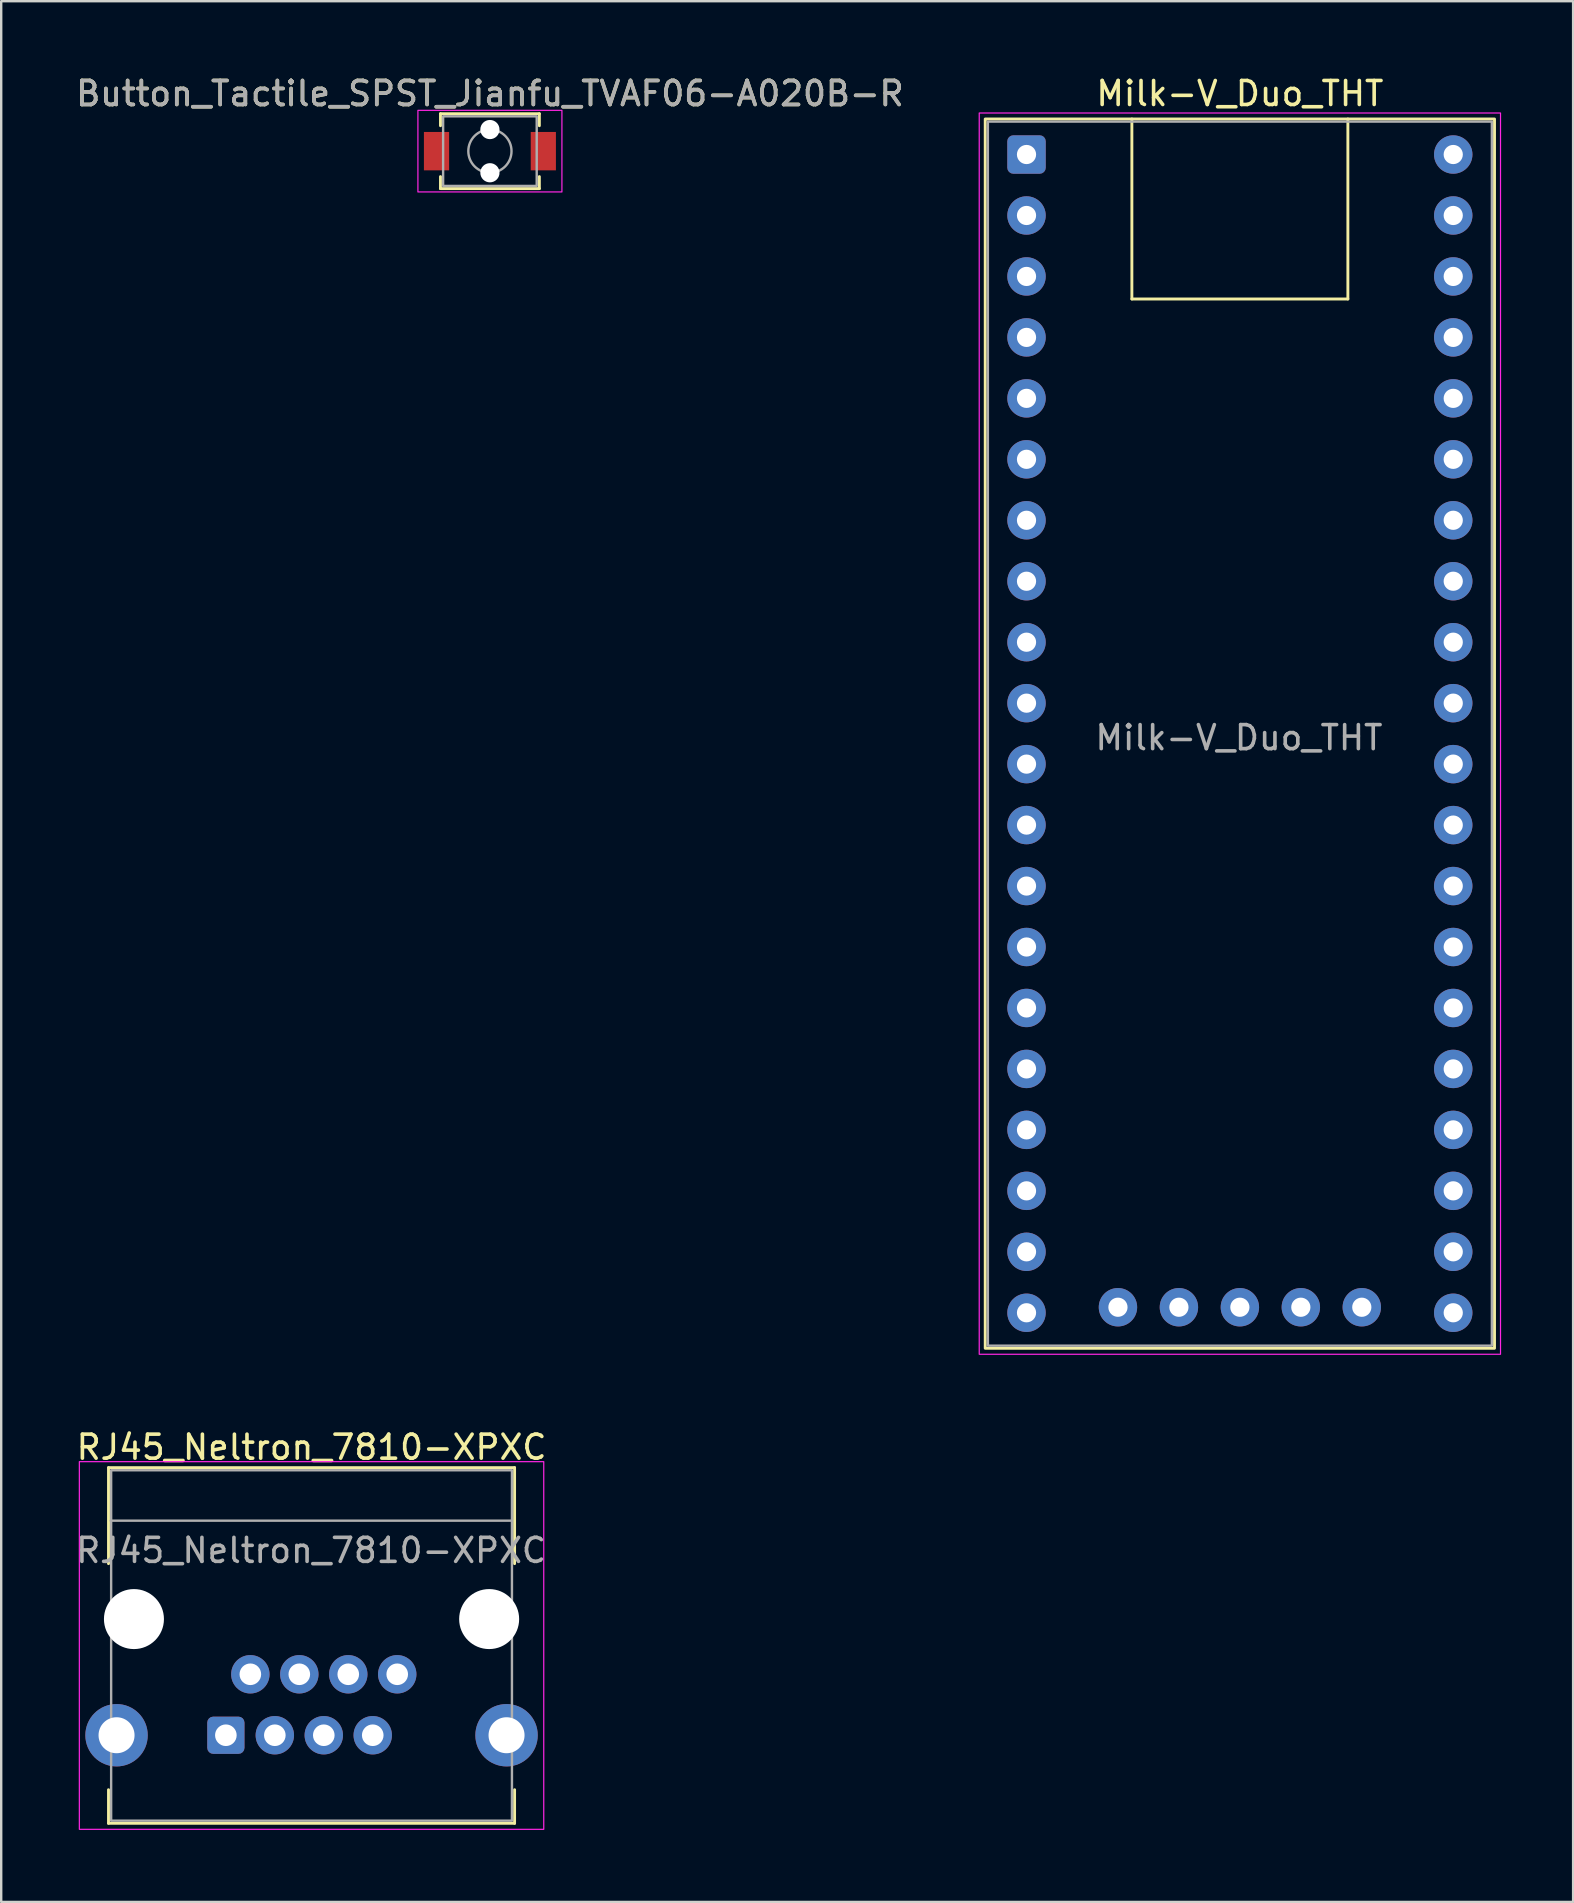
<source format=kicad_pcb>
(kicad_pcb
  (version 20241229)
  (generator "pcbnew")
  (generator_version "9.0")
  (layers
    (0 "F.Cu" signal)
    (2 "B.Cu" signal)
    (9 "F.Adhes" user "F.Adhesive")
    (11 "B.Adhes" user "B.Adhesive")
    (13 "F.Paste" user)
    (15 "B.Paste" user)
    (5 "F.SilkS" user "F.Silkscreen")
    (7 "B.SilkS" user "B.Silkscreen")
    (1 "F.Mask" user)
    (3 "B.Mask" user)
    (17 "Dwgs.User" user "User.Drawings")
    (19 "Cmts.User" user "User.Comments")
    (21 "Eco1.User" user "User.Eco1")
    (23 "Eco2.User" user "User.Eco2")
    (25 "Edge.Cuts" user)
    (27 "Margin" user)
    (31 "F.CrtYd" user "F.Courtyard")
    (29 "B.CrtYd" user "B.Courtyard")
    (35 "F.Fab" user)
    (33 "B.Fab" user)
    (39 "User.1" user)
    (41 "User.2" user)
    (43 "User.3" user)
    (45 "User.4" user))
  (footprint "RJ45_Neltron_7810-XPXC"
    (layer "F.Cu")
    (at 6.361 69.251)
    (property "Reference" "RJ45_Neltron_7810-XPXC" (at 3.57 -12 0) (unlocked yes) (layer "F.SilkS") (effects (font (size 1 1) (thickness 0.15))))
    (attr through_hole)
    (fp_line (start -4.89 -11.15) (end -4.89 -7.15) (stroke (width 0.12) (type default)) (layer "F.SilkS"))
    (fp_line (start -4.89 -11.15) (end 12.03 -11.15) (stroke (width 0.12) (type default)) (layer "F.SilkS"))
    (fp_line (start -4.89 3.67) (end -4.89 2.27) (stroke (width 0.12) (type default)) (layer "F.SilkS"))
    (fp_line (start -4.89 3.67) (end 12.03 3.67) (stroke (width 0.12) (type default)) (layer "F.SilkS"))
    (fp_line (start 12.03 -11.15) (end 12.03 -7.15) (stroke (width 0.12) (type default)) (layer "F.SilkS"))
    (fp_line (start 12.03 3.67) (end 12.03 2.27) (stroke (width 0.12) (type default)) (layer "F.SilkS"))
    (fp_rect (start -6.105 -11.4) (end 13.245 3.92) (stroke (width 0.05) (type default)) (fill no) (layer "F.CrtYd"))
    (fp_line (start -4.8 -8.94) (end 11.9 -8.94) (stroke (width 0.1) (type default)) (layer "F.Fab"))
    (fp_rect (start -4.78 -11.04) (end 11.92 3.56) (stroke (width 0.1) (type default)) (fill no) (layer "F.Fab"))
    (fp_text user "${REFERENCE}" (at 3.55 -7.7 0) (unlocked yes) (layer "F.Fab") (effects (font (size 1 1) (thickness 0.15))))
    (pad "" np_thru_hole circle (at -3.83 -4.84) (size 2.5 2.5) (drill 2.5) (layers "*.Cu" "*.Mask"))
    (pad "" np_thru_hole circle (at 10.97 -4.84) (size 2.5 2.5) (drill 2.5) (layers "*.Cu" "*.Mask"))
    (pad "1" thru_hole roundrect (at 0 0) (size 1.55 1.55) (drill 0.9) (layers "*.Cu" "*.Mask") (roundrect_rratio 0.161))
    (pad "2" thru_hole circle (at 1.02 -2.54) (size 1.6 1.6) (drill 0.9) (layers "*.Cu" "*.Mask"))
    (pad "3" thru_hole circle (at 2.04 0) (size 1.6 1.6) (drill 0.9) (layers "*.Cu" "*.Mask"))
    (pad "4" thru_hole circle (at 3.06 -2.54) (size 1.6 1.6) (drill 0.9) (layers "*.Cu" "*.Mask"))
    (pad "5" thru_hole circle (at 4.08 0) (size 1.6 1.6) (drill 0.9) (layers "*.Cu" "*.Mask"))
    (pad "6" thru_hole circle (at 5.1 -2.54) (size 1.6 1.6) (drill 0.9) (layers "*.Cu" "*.Mask"))
    (pad "7" thru_hole circle (at 6.12 0) (size 1.6 1.6) (drill 0.9) (layers "*.Cu" "*.Mask"))
    (pad "8" thru_hole circle (at 7.14 -2.54) (size 1.6 1.6) (drill 0.9) (layers "*.Cu" "*.Mask"))
    (pad "SH" thru_hole circle (at -4.555 0) (size 2.6 2.6) (drill 1.5) (layers "*.Cu" "*.Mask"))
    (pad "SH" thru_hole circle (at 11.695 0) (size 2.6 2.6) (drill 1.5) (layers "*.Cu" "*.Mask")))
  (footprint "Button_Tactile_SPST_Jianfu_TVAF06-A020B-R"
    (layer "F.Cu")
    (at 17.363 3.248)
    (property "Reference" "Button_Tactile_SPST_Jianfu_TVAF06-A020B-R" (at 0 -2.4 0) (unlocked yes) (layer "F.SilkS") (effects (font (size 1 1) (thickness 0.15))))
    (attr smd)
    (fp_line (start -2.06 -1.56) (end -2.06 -1.06) (stroke (width 0.12) (type default)) (layer "F.SilkS"))
    (fp_line (start -2.06 -1.56) (end 2.06 -1.56) (stroke (width 0.12) (type default)) (layer "F.SilkS"))
    (fp_line (start -2.06 1.06) (end -2.06 1.56) (stroke (width 0.12) (type default)) (layer "F.SilkS"))
    (fp_line (start -2.06 1.56) (end 2.06 1.56) (stroke (width 0.12) (type default)) (layer "F.SilkS"))
    (fp_line (start 2.06 -1.56) (end 2.06 -1.06) (stroke (width 0.12) (type default)) (layer "F.SilkS"))
    (fp_line (start 2.06 1.06) (end 2.06 1.56) (stroke (width 0.12) (type default)) (layer "F.SilkS"))
    (fp_rect (start -3 -1.7) (end 3 1.7) (stroke (width 0.05) (type default)) (fill no) (layer "F.CrtYd"))
    (fp_rect (start -1.95 -1.45) (end 1.95 1.45) (stroke (width 0.1) (type default)) (fill no) (layer "F.Fab"))
    (fp_circle (center 0 0) (end 0.9 0) (stroke (width 0.1) (type default)) (fill no) (layer "F.Fab"))
    (fp_text user "${REFERENCE}" (at 0 -2.4 0) (unlocked yes) (layer "F.Fab") (effects (font (size 1 1) (thickness 0.15))))
    (pad "" np_thru_hole circle (at 0 -0.9) (size 0.8 0.8) (drill 0.8) (layers "*.Cu" "*.Mask"))
    (pad "" np_thru_hole circle (at 0 0.9) (size 0.8 0.8) (drill 0.8) (layers "*.Cu" "*.Mask"))
    (pad "1" smd rect (at -2.225 0) (size 1.05 1.6) (layers "F.Cu" "F.Mask" "F.Paste"))
    (pad "2" smd rect (at 2.225 0) (size 1.05 1.6) (layers "F.Cu" "F.Mask" "F.Paste")))
  (footprint "Milk-V_Duo_THT"
    (layer "F.Cu")
    (at 39.721 3.388)
    (property "Reference" "Milk-V_Duo_THT" (at 8.89 -2.54 0) (unlocked yes) (layer "F.SilkS") (effects (font (size 1 1) (thickness 0.15))))
    (attr through_hole)
    (fp_line (start 4.39 6.02) (end 4.39 -1.48) (stroke (width 0.12) (type default)) (layer "F.SilkS"))
    (fp_line (start 4.39 6.02) (end 13.39 6.02) (stroke (width 0.12) (type default)) (layer "F.SilkS"))
    (fp_line (start 13.39 6.02) (end 13.39 -1.48) (stroke (width 0.12) (type default)) (layer "F.SilkS"))
    (fp_rect (start -1.72 -1.48) (end 19.5 49.74) (stroke (width 0.12) (type default)) (fill no) (layer "F.SilkS"))
    (fp_rect (start -1.97 -1.73) (end 19.75 49.99) (stroke (width 0.05) (type default)) (fill no) (layer "F.CrtYd"))
    (fp_rect (start -1.61 -1.37) (end 19.39 49.63) (stroke (width 0.1) (type default)) (fill no) (layer "F.Fab"))
    (fp_text user "${REFERENCE}" (at 8.851 24.299 0) (unlocked yes) (layer "F.Fab") (effects (font (size 1 1) (thickness 0.15))))
    (pad "1" thru_hole roundrect (at 0 0) (size 1.6 1.6) (drill 0.8) (layers "*.Cu" "*.Mask") (roundrect_rratio 0.156))
    (pad "2" thru_hole circle (at 0 2.54) (size 1.6 1.6) (drill 0.8) (layers "*.Cu" "*.Mask"))
    (pad "3" thru_hole circle (at 0 5.08) (size 1.6 1.6) (drill 0.8) (layers "*.Cu" "*.Mask"))
    (pad "4" thru_hole circle (at 0 7.62) (size 1.6 1.6) (drill 0.8) (layers "*.Cu" "*.Mask"))
    (pad "5" thru_hole circle (at 0 10.16) (size 1.6 1.6) (drill 0.8) (layers "*.Cu" "*.Mask"))
    (pad "6" thru_hole circle (at 0 12.7) (size 1.6 1.6) (drill 0.8) (layers "*.Cu" "*.Mask"))
    (pad "7" thru_hole circle (at 0 15.24) (size 1.6 1.6) (drill 0.8) (layers "*.Cu" "*.Mask"))
    (pad "8" thru_hole circle (at 0 17.78) (size 1.6 1.6) (drill 0.8) (layers "*.Cu" "*.Mask"))
    (pad "9" thru_hole circle (at 0 20.32) (size 1.6 1.6) (drill 0.8) (layers "*.Cu" "*.Mask"))
    (pad "10" thru_hole circle (at 0 22.86) (size 1.6 1.6) (drill 0.8) (layers "*.Cu" "*.Mask"))
    (pad "11" thru_hole circle (at 0 25.4) (size 1.6 1.6) (drill 0.8) (layers "*.Cu" "*.Mask"))
    (pad "12" thru_hole circle (at 0 27.94) (size 1.6 1.6) (drill 0.8) (layers "*.Cu" "*.Mask"))
    (pad "13" thru_hole circle (at 0 30.48) (size 1.6 1.6) (drill 0.8) (layers "*.Cu" "*.Mask"))
    (pad "14" thru_hole circle (at 0 33.02) (size 1.6 1.6) (drill 0.8) (layers "*.Cu" "*.Mask"))
    (pad "15" thru_hole circle (at 0 35.56) (size 1.6 1.6) (drill 0.8) (layers "*.Cu" "*.Mask"))
    (pad "16" thru_hole circle (at 0 38.1) (size 1.6 1.6) (drill 0.8) (layers "*.Cu" "*.Mask"))
    (pad "17" thru_hole circle (at 0 40.64) (size 1.6 1.6) (drill 0.8) (layers "*.Cu" "*.Mask"))
    (pad "18" thru_hole circle (at 0 43.18) (size 1.6 1.6) (drill 0.8) (layers "*.Cu" "*.Mask"))
    (pad "19" thru_hole circle (at 0 45.72) (size 1.6 1.6) (drill 0.8) (layers "*.Cu" "*.Mask"))
    (pad "20" thru_hole circle (at 0 48.26) (size 1.6 1.6) (drill 0.8) (layers "*.Cu" "*.Mask"))
    (pad "21" thru_hole circle (at 17.78 48.26) (size 1.6 1.6) (drill 0.8) (layers "*.Cu" "*.Mask"))
    (pad "22" thru_hole circle (at 17.78 45.72) (size 1.6 1.6) (drill 0.8) (layers "*.Cu" "*.Mask"))
    (pad "23" thru_hole circle (at 17.78 43.18) (size 1.6 1.6) (drill 0.8) (layers "*.Cu" "*.Mask"))
    (pad "24" thru_hole circle (at 17.78 40.64) (size 1.6 1.6) (drill 0.8) (layers "*.Cu" "*.Mask"))
    (pad "25" thru_hole circle (at 17.78 38.1) (size 1.6 1.6) (drill 0.8) (layers "*.Cu" "*.Mask"))
    (pad "26" thru_hole circle (at 17.78 35.56) (size 1.6 1.6) (drill 0.8) (layers "*.Cu" "*.Mask"))
    (pad "27" thru_hole circle (at 17.78 33.02) (size 1.6 1.6) (drill 0.8) (layers "*.Cu" "*.Mask"))
    (pad "28" thru_hole circle (at 17.78 30.48) (size 1.6 1.6) (drill 0.8) (layers "*.Cu" "*.Mask"))
    (pad "29" thru_hole circle (at 17.78 27.94) (size 1.6 1.6) (drill 0.8) (layers "*.Cu" "*.Mask"))
    (pad "30" thru_hole circle (at 17.78 25.4) (size 1.6 1.6) (drill 0.8) (layers "*.Cu" "*.Mask"))
    (pad "31" thru_hole circle (at 17.78 22.86) (size 1.6 1.6) (drill 0.8) (layers "*.Cu" "*.Mask"))
    (pad "32" thru_hole circle (at 17.78 20.32) (size 1.6 1.6) (drill 0.8) (layers "*.Cu" "*.Mask"))
    (pad "33" thru_hole circle (at 17.78 17.78) (size 1.6 1.6) (drill 0.8) (layers "*.Cu" "*.Mask"))
    (pad "34" thru_hole circle (at 17.78 15.24) (size 1.6 1.6) (drill 0.8) (layers "*.Cu" "*.Mask"))
    (pad "35" thru_hole circle (at 17.78 12.7) (size 1.6 1.6) (drill 0.8) (layers "*.Cu" "*.Mask"))
    (pad "36" thru_hole circle (at 17.78 10.16) (size 1.6 1.6) (drill 0.8) (layers "*.Cu" "*.Mask"))
    (pad "37" thru_hole circle (at 17.78 7.62) (size 1.6 1.6) (drill 0.8) (layers "*.Cu" "*.Mask"))
    (pad "38" thru_hole circle (at 17.78 5.08) (size 1.6 1.6) (drill 0.8) (layers "*.Cu" "*.Mask"))
    (pad "39" thru_hole circle (at 17.78 2.54) (size 1.6 1.6) (drill 0.8) (layers "*.Cu" "*.Mask"))
    (pad "40" thru_hole circle (at 17.78 0) (size 1.6 1.6) (drill 0.8) (layers "*.Cu" "*.Mask"))
    (pad "41" thru_hole circle (at 3.81 48.03) (size 1.6 1.6) (drill 0.8) (layers "*.Cu" "*.Mask"))
    (pad "42" thru_hole circle (at 6.35 48.03) (size 1.6 1.6) (drill 0.8) (layers "*.Cu" "*.Mask"))
    (pad "43" thru_hole circle (at 8.89 48.03) (size 1.6 1.6) (drill 0.8) (layers "*.Cu" "*.Mask"))
    (pad "44" thru_hole circle (at 11.43 48.03) (size 1.6 1.6) (drill 0.8) (layers "*.Cu" "*.Mask"))
    (pad "45" thru_hole circle (at 13.97 48.03) (size 1.6 1.6) (drill 0.8) (layers "*.Cu" "*.Mask")))
  (gr_rect
    (start -3 -3)
    (end 62.496 76.197)
    (stroke (width 0.1) (type default))
    (fill no)
    (layer "Edge.Cuts")))
</source>
